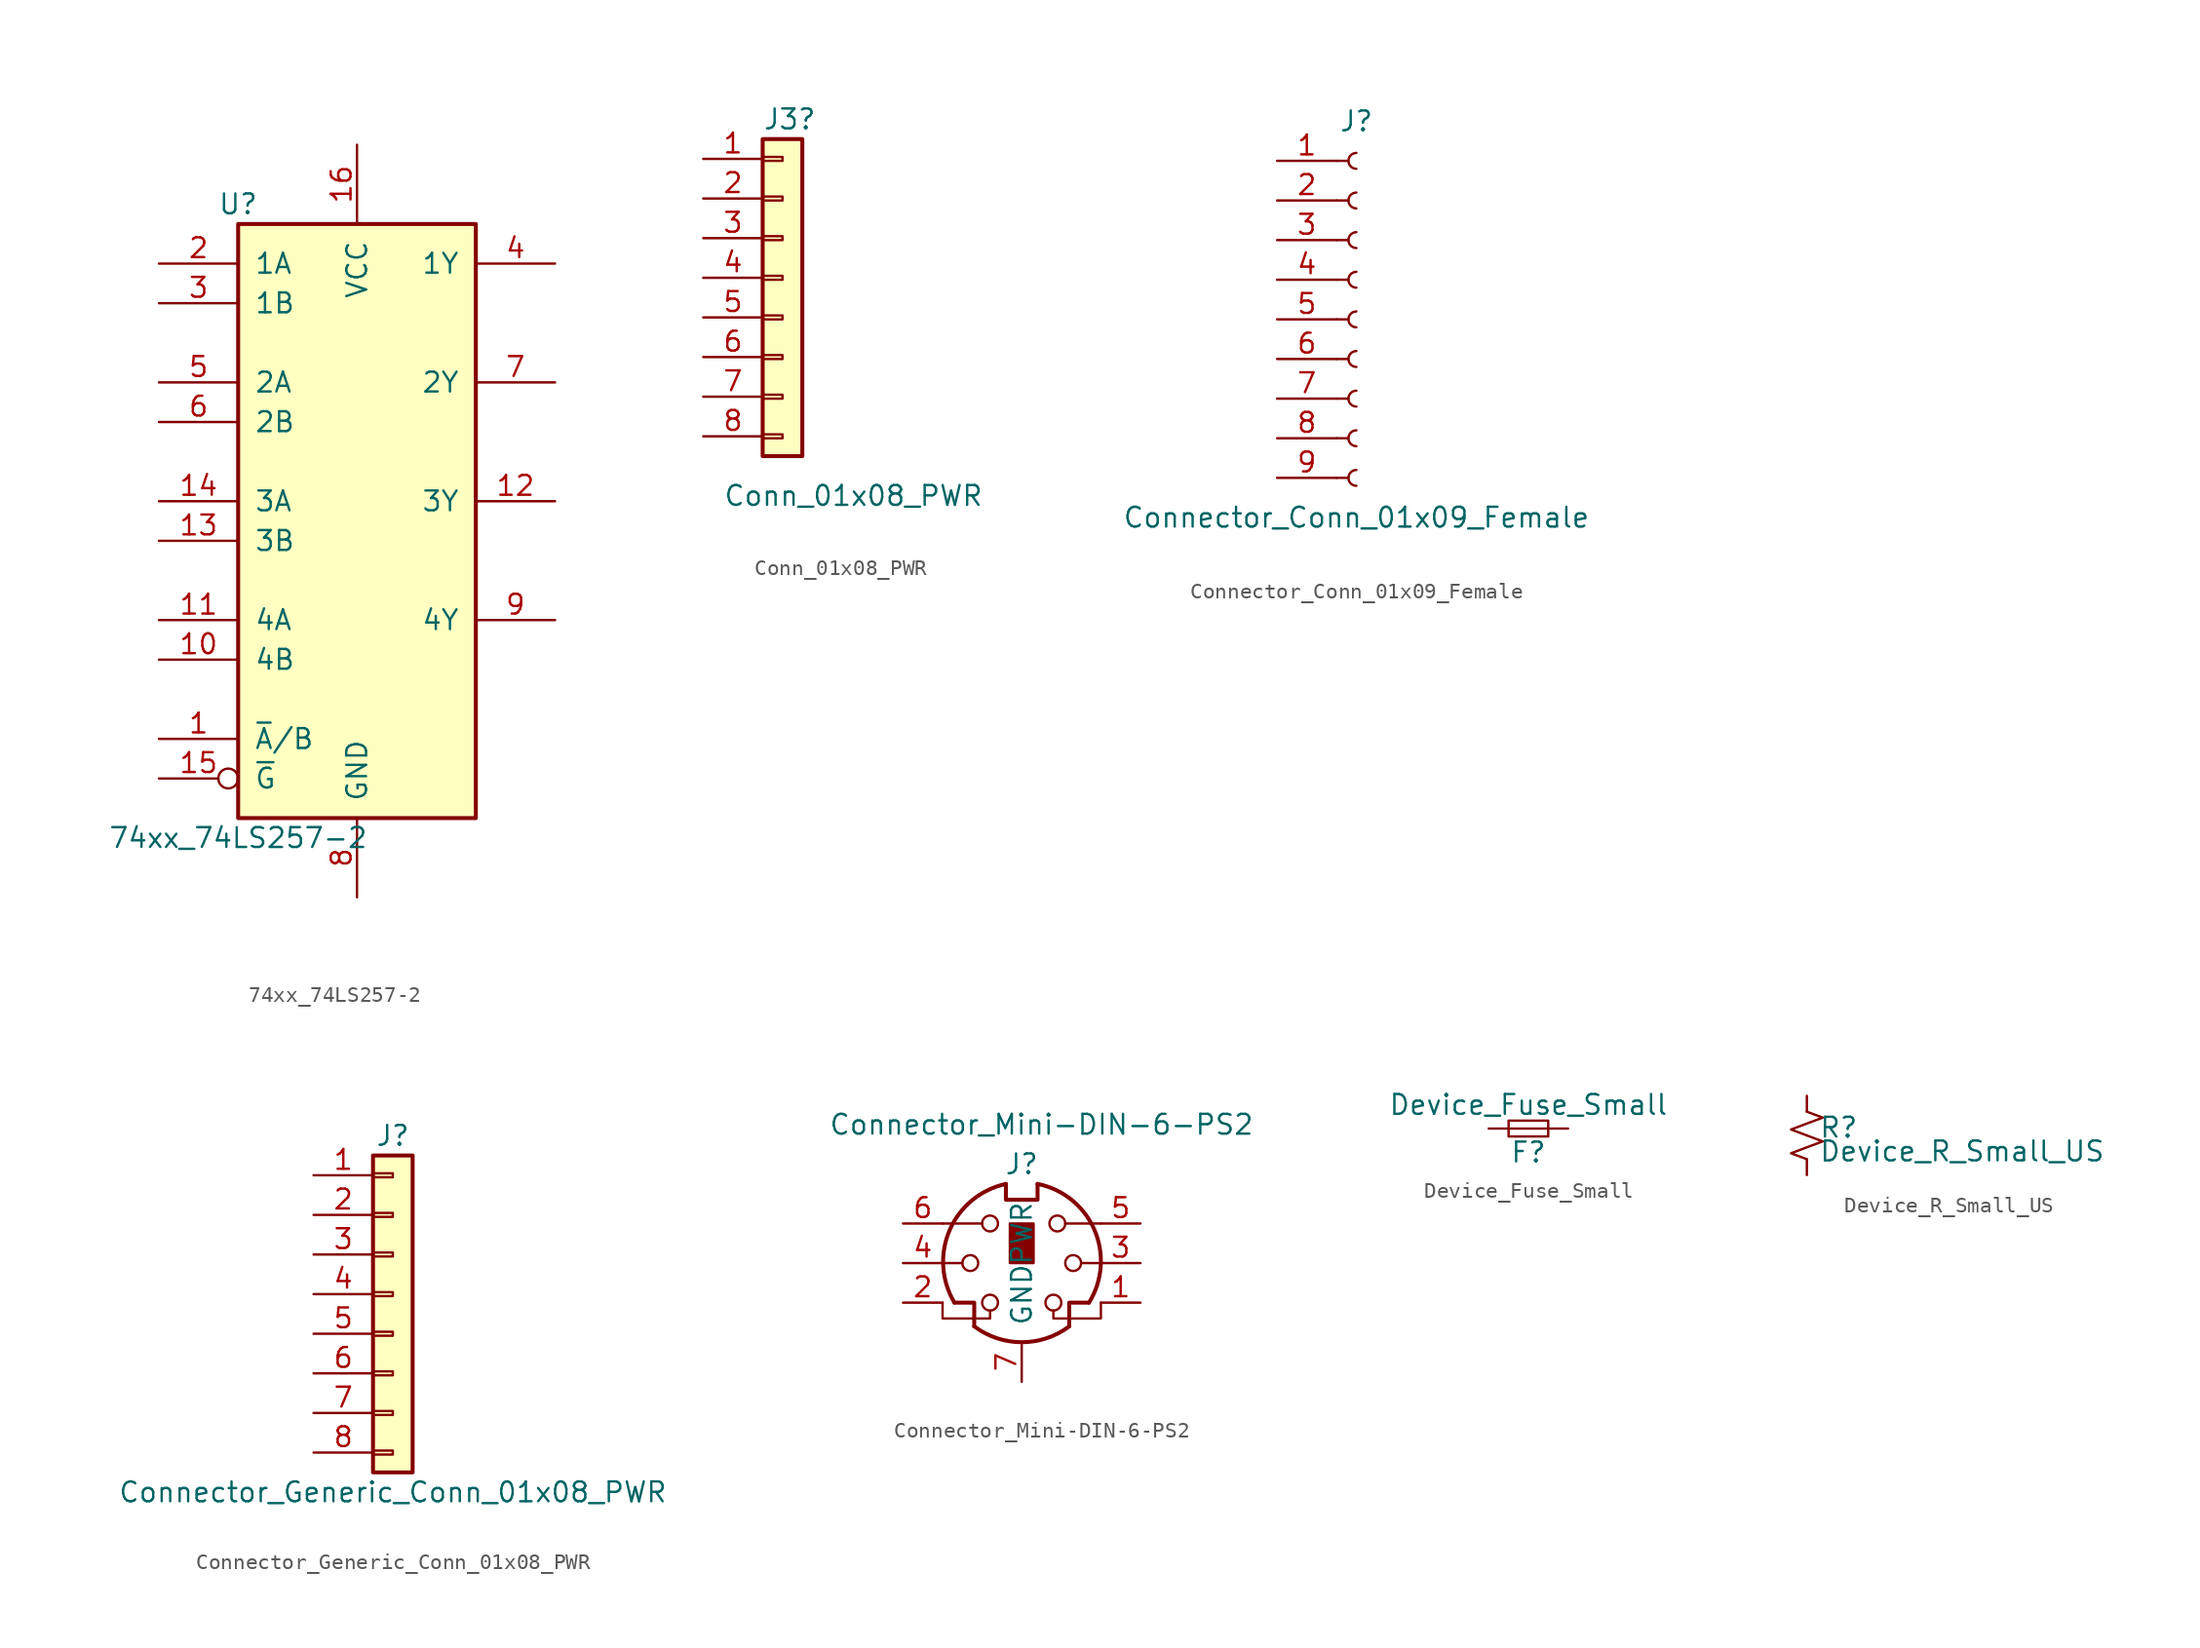
<source format=kicad_sym>
(kicad_symbol_lib
  (version 20211014)
  (generator kicad_symbol_editor)
  (symbol "74xx_74LS257-2"
    (pin_names
      (offset 1.016))
    (property "Reference" "U"
      (at -7.62 19.05 0)
      (effects (font (size 1.27 1.27))))
    (property "Value" "74xx_74LS257-2"
      (at -7.62 -21.59 0)
      (effects (font (size 1.27 1.27))))
    (property "ki_locked" ""
      (at 0 0 0)
      (effects (font (size 1.27 1.27))))
    (symbol "74xx_74LS257-2_1_0"
      (pin input line (at -12.7 -15.24 0) (length 5.08) (name "~{A}/B" (effects (font (size 1.27 1.27)))) (number "1" (effects (font (size 1.27 1.27)))))
      (pin input line (at -12.7 -10.16 0) (length 5.08) (name "4B" (effects (font (size 1.27 1.27)))) (number "10" (effects (font (size 1.27 1.27)))))
      (pin input line (at -12.7 -7.62 0) (length 5.08) (name "4A" (effects (font (size 1.27 1.27)))) (number "11" (effects (font (size 1.27 1.27)))))
      (pin tri_state line (at 12.7 0 180) (length 5.08) (name "3Y" (effects (font (size 1.27 1.27)))) (number "12" (effects (font (size 1.27 1.27)))))
      (pin input line (at -12.7 -2.54 0) (length 5.08) (name "3B" (effects (font (size 1.27 1.27)))) (number "13" (effects (font (size 1.27 1.27)))))
      (pin input line (at -12.7 0 0) (length 5.08) (name "3A" (effects (font (size 1.27 1.27)))) (number "14" (effects (font (size 1.27 1.27)))))
      (pin input inverted (at -12.7 -17.78 0) (length 5.08) (name "~{G}" (effects (font (size 1.27 1.27)))) (number "15" (effects (font (size 1.27 1.27)))))
      (pin power_in line (at 0 22.86 270) (length 5.08) (name "VCC" (effects (font (size 1.27 1.27)))) (number "16" (effects (font (size 1.27 1.27)))))
      (pin input line (at -12.7 15.24 0) (length 5.08) (name "1A" (effects (font (size 1.27 1.27)))) (number "2" (effects (font (size 1.27 1.27)))))
      (pin input line (at -12.7 12.7 0) (length 5.08) (name "1B" (effects (font (size 1.27 1.27)))) (number "3" (effects (font (size 1.27 1.27)))))
      (pin tri_state line (at 12.7 15.24 180) (length 5.08) (name "1Y" (effects (font (size 1.27 1.27)))) (number "4" (effects (font (size 1.27 1.27)))))
      (pin input line (at -12.7 7.62 0) (length 5.08) (name "2A" (effects (font (size 1.27 1.27)))) (number "5" (effects (font (size 1.27 1.27)))))
      (pin input line (at -12.7 5.08 0) (length 5.08) (name "2B" (effects (font (size 1.27 1.27)))) (number "6" (effects (font (size 1.27 1.27)))))
      (pin tri_state line (at 12.7 7.62 180) (length 5.08) (name "2Y" (effects (font (size 1.27 1.27)))) (number "7" (effects (font (size 1.27 1.27)))))
      (pin power_in line (at 0 -25.4 90) (length 5.08) (name "GND" (effects (font (size 1.27 1.27)))) (number "8" (effects (font (size 1.27 1.27)))))
      (pin tri_state line (at 12.7 -7.62 180) (length 5.08) (name "4Y" (effects (font (size 1.27 1.27)))) (number "9" (effects (font (size 1.27 1.27))))))
    (symbol "74xx_74LS257-2_1_1"
      (rectangle (start -7.62 17.78) (end 7.62 -20.32) (stroke (width 0.254) (type default) (color 0 0 0 0)) (fill (type background)))))
  (symbol "Conn_01x08_PWR"
    (pin_names
      (offset 1.016) hide)
    (property "Reference" "J3"
      (at -1.27 10.16 0)
      (effects (font (size 1.27 1.27)) (justify left)))
    (property "Value" "Conn_01x08_PWR"
      (at -3.81 -13.97 0)
      (effects (font (size 1.27 1.27)) (justify left)))
    (symbol "Conn_01x08_PWR_1_1"
      (rectangle (start -1.27 -10.033) (end 0 -10.287) (stroke (width 0.152) (type default) (color 0 0 0 0)) (fill (type none)))
      (rectangle (start -1.27 -7.493) (end 0 -7.747) (stroke (width 0.152) (type default) (color 0 0 0 0)) (fill (type none)))
      (rectangle (start -1.27 -4.953) (end 0 -5.207) (stroke (width 0.152) (type default) (color 0 0 0 0)) (fill (type none)))
      (rectangle (start -1.27 -2.413) (end 0 -2.667) (stroke (width 0.152) (type default) (color 0 0 0 0)) (fill (type none)))
      (rectangle (start -1.27 0.127) (end 0 -0.127) (stroke (width 0.152) (type default) (color 0 0 0 0)) (fill (type none)))
      (rectangle (start -1.27 2.667) (end 0 2.413) (stroke (width 0.152) (type default) (color 0 0 0 0)) (fill (type none)))
      (rectangle (start -1.27 5.207) (end 0 4.953) (stroke (width 0.152) (type default) (color 0 0 0 0)) (fill (type none)))
      (rectangle (start -1.27 7.747) (end 0 7.493) (stroke (width 0.152) (type default) (color 0 0 0 0)) (fill (type none)))
      (rectangle (start -1.27 8.89) (end 1.27 -11.43) (stroke (width 0.254) (type default) (color 0 0 0 0)) (fill (type background)))
      (pin power_out line (at -5.08 7.62 0) (length 3.81) (name "Pin_1" (effects (font (size 1.27 1.27)))) (number "1" (effects (font (size 1.27 1.27)))))
      (pin passive line (at -5.08 5.08 0) (length 3.81) (name "Pin_2" (effects (font (size 1.27 1.27)))) (number "2" (effects (font (size 1.27 1.27)))))
      (pin passive line (at -5.08 2.54 0) (length 3.81) (name "Pin_3" (effects (font (size 1.27 1.27)))) (number "3" (effects (font (size 1.27 1.27)))))
      (pin passive line (at -5.08 0 0) (length 3.81) (name "Pin_4" (effects (font (size 1.27 1.27)))) (number "4" (effects (font (size 1.27 1.27)))))
      (pin passive line (at -5.08 -2.54 0) (length 3.81) (name "Pin_5" (effects (font (size 1.27 1.27)))) (number "5" (effects (font (size 1.27 1.27)))))
      (pin passive line (at -5.08 -5.08 0) (length 3.81) (name "Pin_6" (effects (font (size 1.27 1.27)))) (number "6" (effects (font (size 1.27 1.27)))))
      (pin passive line (at -5.08 -7.62 0) (length 3.81) (name "Pin_7" (effects (font (size 1.27 1.27)))) (number "7" (effects (font (size 1.27 1.27)))))
      (pin power_in line (at -5.08 -10.16 0) (length 3.81) (name "Pin_8" (effects (font (size 1.27 1.27)))) (number "8" (effects (font (size 1.27 1.27)))))))
  (symbol "Connector_Conn_01x09_Female"
    (pin_names
      (offset 1.016) hide)
    (property "Reference" "J"
      (at 0 12.7 0)
      (effects (font (size 1.27 1.27))))
    (property "Value" "Connector_Conn_01x09_Female"
      (at 0 -12.7 0)
      (effects (font (size 1.27 1.27))))
    (symbol "Connector_Conn_01x09_Female_1_1"
      (arc (start 0 -9.652) (mid -0.508 -10.16) (end 0 -10.668) (stroke (width 0.1524) (type default) (color 0 0 0 0)) (fill (type none)))
      (arc (start 0 -7.112) (mid -0.508 -7.62) (end 0 -8.128) (stroke (width 0.1524) (type default) (color 0 0 0 0)) (fill (type none)))
      (arc (start 0 -4.572) (mid -0.508 -5.08) (end 0 -5.588) (stroke (width 0.1524) (type default) (color 0 0 0 0)) (fill (type none)))
      (arc (start 0 -2.032) (mid -0.508 -2.54) (end 0 -3.048) (stroke (width 0.1524) (type default) (color 0 0 0 0)) (fill (type none)))
      (polyline (pts (xy -1.27 -10.16) (xy -0.508 -10.16)) (stroke (width 0.152) (type default) (color 0 0 0 0)) (fill (type none)))
      (polyline (pts (xy -1.27 -7.62) (xy -0.508 -7.62)) (stroke (width 0.152) (type default) (color 0 0 0 0)) (fill (type none)))
      (polyline (pts (xy -1.27 -5.08) (xy -0.508 -5.08)) (stroke (width 0.152) (type default) (color 0 0 0 0)) (fill (type none)))
      (polyline (pts (xy -1.27 -2.54) (xy -0.508 -2.54)) (stroke (width 0.152) (type default) (color 0 0 0 0)) (fill (type none)))
      (polyline (pts (xy -1.27 0) (xy -0.508 0)) (stroke (width 0.152) (type default) (color 0 0 0 0)) (fill (type none)))
      (polyline (pts (xy -1.27 2.54) (xy -0.508 2.54)) (stroke (width 0.152) (type default) (color 0 0 0 0)) (fill (type none)))
      (polyline (pts (xy -1.27 5.08) (xy -0.508 5.08)) (stroke (width 0.152) (type default) (color 0 0 0 0)) (fill (type none)))
      (polyline (pts (xy -1.27 7.62) (xy -0.508 7.62)) (stroke (width 0.152) (type default) (color 0 0 0 0)) (fill (type none)))
      (polyline (pts (xy -1.27 10.16) (xy -0.508 10.16)) (stroke (width 0.152) (type default) (color 0 0 0 0)) (fill (type none)))
      (arc (start 0 0.508) (mid -0.508 0) (end 0 -0.508) (stroke (width 0.1524) (type default) (color 0 0 0 0)) (fill (type none)))
      (arc (start 0 3.048) (mid -0.508 2.54) (end 0 2.032) (stroke (width 0.1524) (type default) (color 0 0 0 0)) (fill (type none)))
      (arc (start 0 5.588) (mid -0.508 5.08) (end 0 4.572) (stroke (width 0.1524) (type default) (color 0 0 0 0)) (fill (type none)))
      (arc (start 0 8.128) (mid -0.508 7.62) (end 0 7.112) (stroke (width 0.1524) (type default) (color 0 0 0 0)) (fill (type none)))
      (arc (start 0 10.668) (mid -0.508 10.16) (end 0 9.652) (stroke (width 0.1524) (type default) (color 0 0 0 0)) (fill (type none)))
      (pin passive line (at -5.08 10.16 0) (length 3.81) (name "Pin_1" (effects (font (size 1.27 1.27)))) (number "1" (effects (font (size 1.27 1.27)))))
      (pin passive line (at -5.08 7.62 0) (length 3.81) (name "Pin_2" (effects (font (size 1.27 1.27)))) (number "2" (effects (font (size 1.27 1.27)))))
      (pin passive line (at -5.08 5.08 0) (length 3.81) (name "Pin_3" (effects (font (size 1.27 1.27)))) (number "3" (effects (font (size 1.27 1.27)))))
      (pin passive line (at -5.08 2.54 0) (length 3.81) (name "Pin_4" (effects (font (size 1.27 1.27)))) (number "4" (effects (font (size 1.27 1.27)))))
      (pin passive line (at -5.08 0 0) (length 3.81) (name "Pin_5" (effects (font (size 1.27 1.27)))) (number "5" (effects (font (size 1.27 1.27)))))
      (pin passive line (at -5.08 -2.54 0) (length 3.81) (name "Pin_6" (effects (font (size 1.27 1.27)))) (number "6" (effects (font (size 1.27 1.27)))))
      (pin passive line (at -5.08 -5.08 0) (length 3.81) (name "Pin_7" (effects (font (size 1.27 1.27)))) (number "7" (effects (font (size 1.27 1.27)))))
      (pin passive line (at -5.08 -7.62 0) (length 3.81) (name "Pin_8" (effects (font (size 1.27 1.27)))) (number "8" (effects (font (size 1.27 1.27)))))
      (pin power_out line (at -5.08 -10.16 0) (length 3.81) (name "Pin_9" (effects (font (size 1.27 1.27)))) (number "9" (effects (font (size 1.27 1.27)))))))
  (symbol "Connector_Generic_Conn_01x08_PWR"
    (pin_names
      (offset 1.016) hide)
    (property "Reference" "J"
      (at 0 10.16 0)
      (effects (font (size 1.27 1.27))))
    (property "Value" "Connector_Generic_Conn_01x08_PWR"
      (at 0 -12.7 0)
      (effects (font (size 1.27 1.27))))
    (symbol "Connector_Generic_Conn_01x08_PWR_1_1"
      (rectangle (start -1.27 -10.033) (end 0 -10.287) (stroke (width 0.152) (type default) (color 0 0 0 0)) (fill (type none)))
      (rectangle (start -1.27 -7.493) (end 0 -7.747) (stroke (width 0.152) (type default) (color 0 0 0 0)) (fill (type none)))
      (rectangle (start -1.27 -4.953) (end 0 -5.207) (stroke (width 0.152) (type default) (color 0 0 0 0)) (fill (type none)))
      (rectangle (start -1.27 -2.413) (end 0 -2.667) (stroke (width 0.152) (type default) (color 0 0 0 0)) (fill (type none)))
      (rectangle (start -1.27 0.127) (end 0 -0.127) (stroke (width 0.152) (type default) (color 0 0 0 0)) (fill (type none)))
      (rectangle (start -1.27 2.667) (end 0 2.413) (stroke (width 0.152) (type default) (color 0 0 0 0)) (fill (type none)))
      (rectangle (start -1.27 5.207) (end 0 4.953) (stroke (width 0.152) (type default) (color 0 0 0 0)) (fill (type none)))
      (rectangle (start -1.27 7.747) (end 0 7.493) (stroke (width 0.152) (type default) (color 0 0 0 0)) (fill (type none)))
      (rectangle (start -1.27 8.89) (end 1.27 -11.43) (stroke (width 0.254) (type default) (color 0 0 0 0)) (fill (type background)))
      (pin power_out line (at -5.08 7.62 0) (length 3.81) (name "Pin_1" (effects (font (size 1.27 1.27)))) (number "1" (effects (font (size 1.27 1.27)))))
      (pin passive line (at -5.08 5.08 0) (length 3.81) (name "Pin_2" (effects (font (size 1.27 1.27)))) (number "2" (effects (font (size 1.27 1.27)))))
      (pin passive line (at -5.08 2.54 0) (length 3.81) (name "Pin_3" (effects (font (size 1.27 1.27)))) (number "3" (effects (font (size 1.27 1.27)))))
      (pin passive line (at -5.08 0 0) (length 3.81) (name "Pin_4" (effects (font (size 1.27 1.27)))) (number "4" (effects (font (size 1.27 1.27)))))
      (pin passive line (at -5.08 -2.54 0) (length 3.81) (name "Pin_5" (effects (font (size 1.27 1.27)))) (number "5" (effects (font (size 1.27 1.27)))))
      (pin passive line (at -5.08 -5.08 0) (length 3.81) (name "Pin_6" (effects (font (size 1.27 1.27)))) (number "6" (effects (font (size 1.27 1.27)))))
      (pin passive line (at -5.08 -7.62 0) (length 3.81) (name "Pin_7" (effects (font (size 1.27 1.27)))) (number "7" (effects (font (size 1.27 1.27)))))
      (pin power_in line (at -5.08 -10.16 0) (length 3.81) (name "Pin_8" (effects (font (size 1.27 1.27)))) (number "8" (effects (font (size 1.27 1.27)))))))
  (symbol "Connector_Mini-DIN-6-PS2"
    (pin_names
      (offset 1.016))
    (property "Reference" "J"
      (at 0 6.35 0)
      (effects (font (size 1.27 1.27))))
    (property "Value" "Connector_Mini-DIN-6-PS2"
      (at 1.27 8.89 0)
      (effects (font (size 1.27 1.27))))
    (symbol "Connector_Mini-DIN-6-PS2_0_1"
      (circle (center -3.302 0) (radius 0.508) (stroke (width 0) (type default) (color 0 0 0 0)) (fill (type none)))
      (arc (start -3.048 -4.064) (mid 0 -5.08) (end 3.048 -4.064) (stroke (width 0.254) (type default) (color 0 0 0 0)) (fill (type none)))
      (circle (center -2.032 -2.54) (radius 0.508) (stroke (width 0) (type default) (color 0 0 0 0)) (fill (type none)))
      (circle (center -2.032 2.54) (radius 0.508) (stroke (width 0) (type default) (color 0 0 0 0)) (fill (type none)))
      (arc (start -1.016 5.08) (mid -4.6243 2.1182) (end -4.318 -2.54) (stroke (width 0.254) (type default) (color 0 0 0 0)) (fill (type none)))
      (rectangle (start -0.762 2.54) (end 0.762 0) (stroke (width 0) (type default) (color 0 0 0 0)) (fill (type outline)))
      (polyline (pts (xy -3.81 0) (xy -5.08 0)) (stroke (width 0) (type default) (color 0 0 0 0)) (fill (type none)))
      (polyline (pts (xy -2.54 2.54) (xy -5.08 2.54)) (stroke (width 0) (type default) (color 0 0 0 0)) (fill (type none)))
      (polyline (pts (xy 2.794 2.54) (xy 5.08 2.54)) (stroke (width 0) (type default) (color 0 0 0 0)) (fill (type none)))
      (polyline (pts (xy 5.08 0) (xy 3.81 0)) (stroke (width 0) (type default) (color 0 0 0 0)) (fill (type none)))
      (polyline (pts (xy -4.318 -2.54) (xy -3.048 -2.54) (xy -3.048 -4.064)) (stroke (width 0.254) (type default) (color 0 0 0 0)) (fill (type none)))
      (polyline (pts (xy 4.318 -2.54) (xy 3.048 -2.54) (xy 3.048 -4.064)) (stroke (width 0.254) (type default) (color 0 0 0 0)) (fill (type none)))
      (polyline (pts (xy -2.032 -3.048) (xy -2.032 -3.556) (xy -5.08 -3.556) (xy -5.08 -2.54)) (stroke (width 0) (type default) (color 0 0 0 0)) (fill (type none)))
      (polyline (pts (xy -1.016 5.08) (xy -1.016 4.064) (xy 1.016 4.064) (xy 1.016 5.08)) (stroke (width 0.254) (type default) (color 0 0 0 0)) (fill (type none)))
      (polyline (pts (xy 2.032 -3.048) (xy 2.032 -3.556) (xy 5.08 -3.556) (xy 5.08 -2.54)) (stroke (width 0) (type default) (color 0 0 0 0)) (fill (type none)))
      (circle (center 2.032 -2.54) (radius 0.508) (stroke (width 0) (type default) (color 0 0 0 0)) (fill (type none)))
      (circle (center 2.286 2.54) (radius 0.508) (stroke (width 0) (type default) (color 0 0 0 0)) (fill (type none)))
      (circle (center 3.302 0) (radius 0.508) (stroke (width 0) (type default) (color 0 0 0 0)) (fill (type none)))
      (arc (start 4.318 -2.54) (mid 4.6646 2.1357) (end 1.016 5.08) (stroke (width 0.254) (type default) (color 0 0 0 0)) (fill (type none))))
    (symbol "Connector_Mini-DIN-6-PS2_1_1"
      (pin passive line (at 7.62 -2.54 180) (length 2.54) (name "~" (effects (font (size 1.27 1.27)))) (number "1" (effects (font (size 1.27 1.27)))))
      (pin passive line (at -7.62 -2.54 0) (length 2.54) (name "~" (effects (font (size 1.27 1.27)))) (number "2" (effects (font (size 1.27 1.27)))))
      (pin passive line (at 7.62 0 180) (length 2.54) (name "~" (effects (font (size 1.27 1.27)))) (number "3" (effects (font (size 1.27 1.27)))))
      (pin power_out line (at -7.62 0 0) (length 2.54) (name "~" (effects (font (size 1.27 1.27)))) (number "4" (effects (font (size 1.27 1.27)))))
      (pin passive line (at 7.62 2.54 180) (length 2.54) (name "~" (effects (font (size 1.27 1.27)))) (number "5" (effects (font (size 1.27 1.27)))))
      (pin passive line (at -7.62 2.54 0) (length 2.54) (name "~" (effects (font (size 1.27 1.27)))) (number "6" (effects (font (size 1.27 1.27)))))
      (pin passive line (at 0 -7.62 90) (length 2.54) (name "GNDPWR" (effects (font (size 1.27 1.27)))) (number "7" (effects (font (size 1.27 1.27)))))))
  (symbol "Device_Fuse_Small"
    (pin_numbers hide)
    (pin_names
      (offset 0.254) hide)
    (property "Reference" "F"
      (at 0 -1.524 0)
      (effects (font (size 1.27 1.27))))
    (property "Value" "Device_Fuse_Small"
      (at 0 1.524 0)
      (effects (font (size 1.27 1.27))))
    (symbol "Device_Fuse_Small_0_1"
      (rectangle (start -1.27 0.508) (end 1.27 -0.508) (stroke (width 0) (type default) (color 0 0 0 0)) (fill (type none)))
      (polyline (pts (xy -1.27 0) (xy 1.27 0)) (stroke (width 0) (type default) (color 0 0 0 0)) (fill (type none))))
    (symbol "Device_Fuse_Small_1_1"
      (pin passive line (at -2.54 0 0) (length 1.27) (name "~" (effects (font (size 1.27 1.27)))) (number "1" (effects (font (size 1.27 1.27)))))
      (pin passive line (at 2.54 0 180) (length 1.27) (name "~" (effects (font (size 1.27 1.27)))) (number "2" (effects (font (size 1.27 1.27)))))))
  (symbol "Device_R_Small_US"
    (pin_numbers hide)
    (pin_names
      (offset 0.254) hide)
    (property "Reference" "R"
      (at 0.762 0.508 0)
      (effects (font (size 1.27 1.27)) (justify left)))
    (property "Value" "Device_R_Small_US"
      (at 0.762 -1.016 0)
      (effects (font (size 1.27 1.27)) (justify left)))
    (symbol "Device_R_Small_US_1_1"
      (polyline (pts (xy 0 0) (xy 1.016 -0.381) (xy 0 -0.762) (xy -1.016 -1.143) (xy 0 -1.524)) (stroke (width 0) (type default) (color 0 0 0 0)) (fill (type none)))
      (polyline (pts (xy 0 1.524) (xy 1.016 1.143) (xy 0 0.762) (xy -1.016 0.381) (xy 0 0)) (stroke (width 0) (type default) (color 0 0 0 0)) (fill (type none)))
      (pin passive line (at 0 2.54 270) (length 1.016) (name "~" (effects (font (size 1.27 1.27)))) (number "1" (effects (font (size 1.27 1.27)))))
      (pin passive line (at 0 -2.54 90) (length 1.016) (name "~" (effects (font (size 1.27 1.27)))) (number "2" (effects (font (size 1.27 1.27))))))))
</source>
